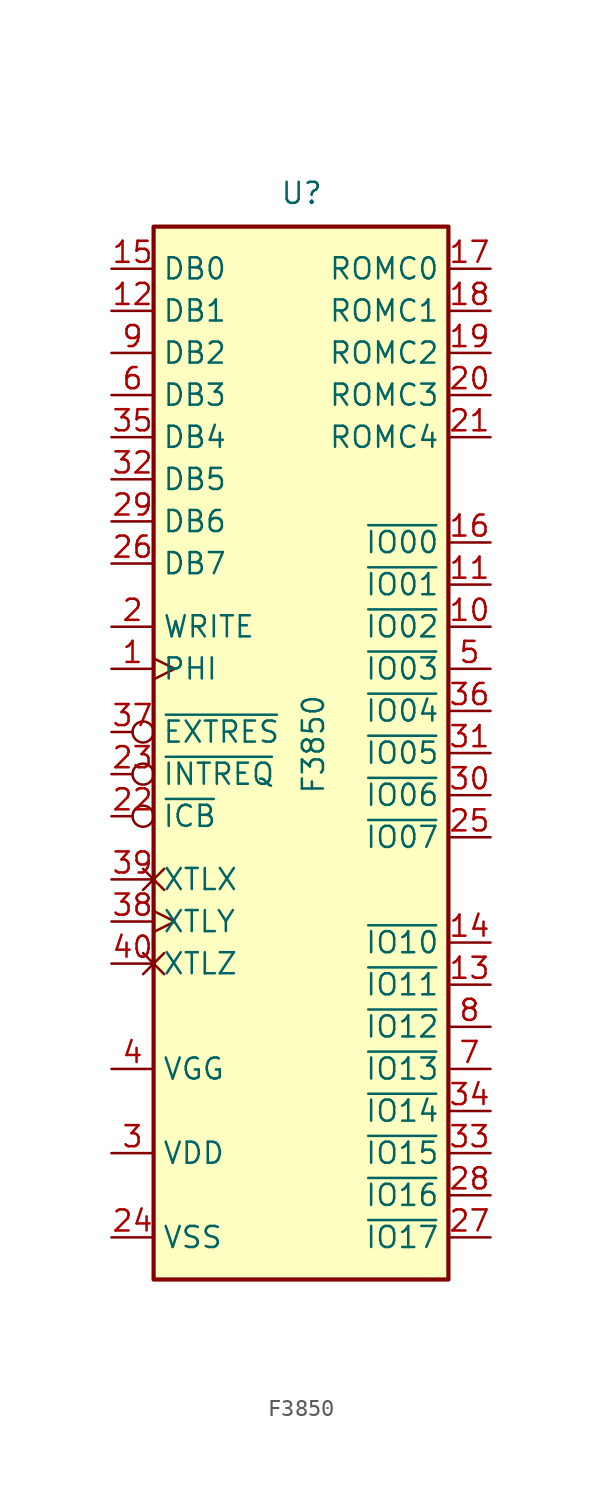
<source format=kicad_sym>
(kicad_symbol_lib
  (version 20231120)
  (generator "kicad_symbol_editor")
  (generator_version "8.0")
  (symbol "F3850"
    (property "Reference" "U"
      (at -1.27 31.75 0)
      (effects (font (size 1.27 1.27)) (justify left bottom)))
    (property "Value" "F3850"
      (at 0 -3.81 90)
      (effects (font (size 1.27 1.27)) (justify left top)))
    (symbol "F3850_0_0"
      (pin bidirectional line (at 11.43 -6.35 180) (length 2.54) (name "~{IO07}" (effects (font (size 1.27 1.27)))) (number "25" (effects (font (size 1.27 1.27)))))
      (pin input inverted (at -11.43 0 0) (length 2.54) (name "~{EXTRES}" (effects (font (size 1.27 1.27)))) (number "37" (effects (font (size 1.27 1.27)))))
      (pin input clock (at -11.43 -11.43 0) (length 2.54) (name "XTLY" (effects (font (size 1.27 1.27)))) (number "38" (effects (font (size 1.27 1.27))))))
    (symbol "F3850_0_1"
      (rectangle (start -8.89 30.48) (end 8.89 -33.02) (stroke (width 0.254) (type default)) (fill (type background))))
    (symbol "F3850_1_1"
      (pin output clock (at -11.43 3.81 0) (length 2.54) (name "PHI" (effects (font (size 1.27 1.27)))) (number "1" (effects (font (size 1.27 1.27)))))
      (pin bidirectional line (at 11.43 6.35 180) (length 2.54) (name "~{IO02}" (effects (font (size 1.27 1.27)))) (number "10" (effects (font (size 1.27 1.27)))))
      (pin bidirectional line (at 11.43 8.89 180) (length 2.54) (name "~{IO01}" (effects (font (size 1.27 1.27)))) (number "11" (effects (font (size 1.27 1.27)))))
      (pin bidirectional line (at -11.43 25.4 0) (length 2.54) (name "DB1" (effects (font (size 1.27 1.27)))) (number "12" (effects (font (size 1.27 1.27)))))
      (pin bidirectional line (at 11.43 -15.24 180) (length 2.54) (name "~{IO11}" (effects (font (size 1.27 1.27)))) (number "13" (effects (font (size 1.27 1.27)))))
      (pin bidirectional line (at 11.43 -12.7 180) (length 2.54) (name "~{IO10}" (effects (font (size 1.27 1.27)))) (number "14" (effects (font (size 1.27 1.27)))))
      (pin bidirectional line (at -11.43 27.94 0) (length 2.54) (name "DB0" (effects (font (size 1.27 1.27)))) (number "15" (effects (font (size 1.27 1.27)))))
      (pin bidirectional line (at 11.43 11.43 180) (length 2.54) (name "~{IO00}" (effects (font (size 1.27 1.27)))) (number "16" (effects (font (size 1.27 1.27)))))
      (pin output line (at 11.43 27.94 180) (length 2.54) (name "ROMC0" (effects (font (size 1.27 1.27)))) (number "17" (effects (font (size 1.27 1.27)))))
      (pin output line (at 11.43 25.4 180) (length 2.54) (name "ROMC1" (effects (font (size 1.27 1.27)))) (number "18" (effects (font (size 1.27 1.27)))))
      (pin output line (at 11.43 22.86 180) (length 2.54) (name "ROMC2" (effects (font (size 1.27 1.27)))) (number "19" (effects (font (size 1.27 1.27)))))
      (pin output line (at -11.43 6.35 0) (length 2.54) (name "WRITE" (effects (font (size 1.27 1.27)))) (number "2" (effects (font (size 1.27 1.27)))))
      (pin output line (at 11.43 20.32 180) (length 2.54) (name "ROMC3" (effects (font (size 1.27 1.27)))) (number "20" (effects (font (size 1.27 1.27)))))
      (pin output line (at 11.43 17.78 180) (length 2.54) (name "ROMC4" (effects (font (size 1.27 1.27)))) (number "21" (effects (font (size 1.27 1.27)))))
      (pin output inverted (at -11.43 -5.08 0) (length 2.54) (name "~{ICB}" (effects (font (size 1.27 1.27)))) (number "22" (effects (font (size 1.27 1.27)))))
      (pin input inverted (at -11.43 -2.54 0) (length 2.54) (name "~{INTREQ}" (effects (font (size 1.27 1.27)))) (number "23" (effects (font (size 1.27 1.27)))))
      (pin power_in line (at -11.43 -30.48 0) (length 2.54) (name "VSS" (effects (font (size 1.27 1.27)))) (number "24" (effects (font (size 1.27 1.27)))))
      (pin bidirectional line (at -11.43 10.16 0) (length 2.54) (name "DB7" (effects (font (size 1.27 1.27)))) (number "26" (effects (font (size 1.27 1.27)))))
      (pin bidirectional line (at 11.43 -30.48 180) (length 2.54) (name "~{IO17}" (effects (font (size 1.27 1.27)))) (number "27" (effects (font (size 1.27 1.27)))))
      (pin bidirectional line (at 11.43 -27.94 180) (length 2.54) (name "~{IO16}" (effects (font (size 1.27 1.27)))) (number "28" (effects (font (size 1.27 1.27)))))
      (pin bidirectional line (at -11.43 12.7 0) (length 2.54) (name "DB6" (effects (font (size 1.27 1.27)))) (number "29" (effects (font (size 1.27 1.27)))))
      (pin power_in line (at -11.43 -25.4 0) (length 2.54) (name "VDD" (effects (font (size 1.27 1.27)))) (number "3" (effects (font (size 1.27 1.27)))))
      (pin bidirectional line (at 11.43 -3.81 180) (length 2.54) (name "~{IO06}" (effects (font (size 1.27 1.27)))) (number "30" (effects (font (size 1.27 1.27)))))
      (pin bidirectional line (at 11.43 -1.27 180) (length 2.54) (name "~{IO05}" (effects (font (size 1.27 1.27)))) (number "31" (effects (font (size 1.27 1.27)))))
      (pin bidirectional line (at -11.43 15.24 0) (length 2.54) (name "DB5" (effects (font (size 1.27 1.27)))) (number "32" (effects (font (size 1.27 1.27)))))
      (pin bidirectional line (at 11.43 -25.4 180) (length 2.54) (name "~{IO15}" (effects (font (size 1.27 1.27)))) (number "33" (effects (font (size 1.27 1.27)))))
      (pin bidirectional line (at 11.43 -22.86 180) (length 2.54) (name "~{IO14}" (effects (font (size 1.27 1.27)))) (number "34" (effects (font (size 1.27 1.27)))))
      (pin bidirectional line (at -11.43 17.78 0) (length 2.54) (name "DB4" (effects (font (size 1.27 1.27)))) (number "35" (effects (font (size 1.27 1.27)))))
      (pin bidirectional line (at 11.43 1.27 180) (length 2.54) (name "~{IO04}" (effects (font (size 1.27 1.27)))) (number "36" (effects (font (size 1.27 1.27)))))
      (pin input non_logic (at -11.43 -8.89 0) (length 2.54) (name "XTLX" (effects (font (size 1.27 1.27)))) (number "39" (effects (font (size 1.27 1.27)))))
      (pin power_in line (at -11.43 -20.32 0) (length 2.54) (name "VGG" (effects (font (size 1.27 1.27)))) (number "4" (effects (font (size 1.27 1.27)))))
      (pin input non_logic (at -11.43 -13.97 0) (length 2.54) (name "XTLZ" (effects (font (size 1.27 1.27)))) (number "40" (effects (font (size 1.27 1.27)))))
      (pin bidirectional line (at 11.43 3.81 180) (length 2.54) (name "~{IO03}" (effects (font (size 1.27 1.27)))) (number "5" (effects (font (size 1.27 1.27)))))
      (pin bidirectional line (at -11.43 20.32 0) (length 2.54) (name "DB3" (effects (font (size 1.27 1.27)))) (number "6" (effects (font (size 1.27 1.27)))))
      (pin bidirectional line (at 11.43 -20.32 180) (length 2.54) (name "~{IO13}" (effects (font (size 1.27 1.27)))) (number "7" (effects (font (size 1.27 1.27)))))
      (pin bidirectional line (at 11.43 -17.78 180) (length 2.54) (name "~{IO12}" (effects (font (size 1.27 1.27)))) (number "8" (effects (font (size 1.27 1.27)))))
      (pin bidirectional line (at -11.43 22.86 0) (length 2.54) (name "DB2" (effects (font (size 1.27 1.27)))) (number "9" (effects (font (size 1.27 1.27))))))))
</source>
